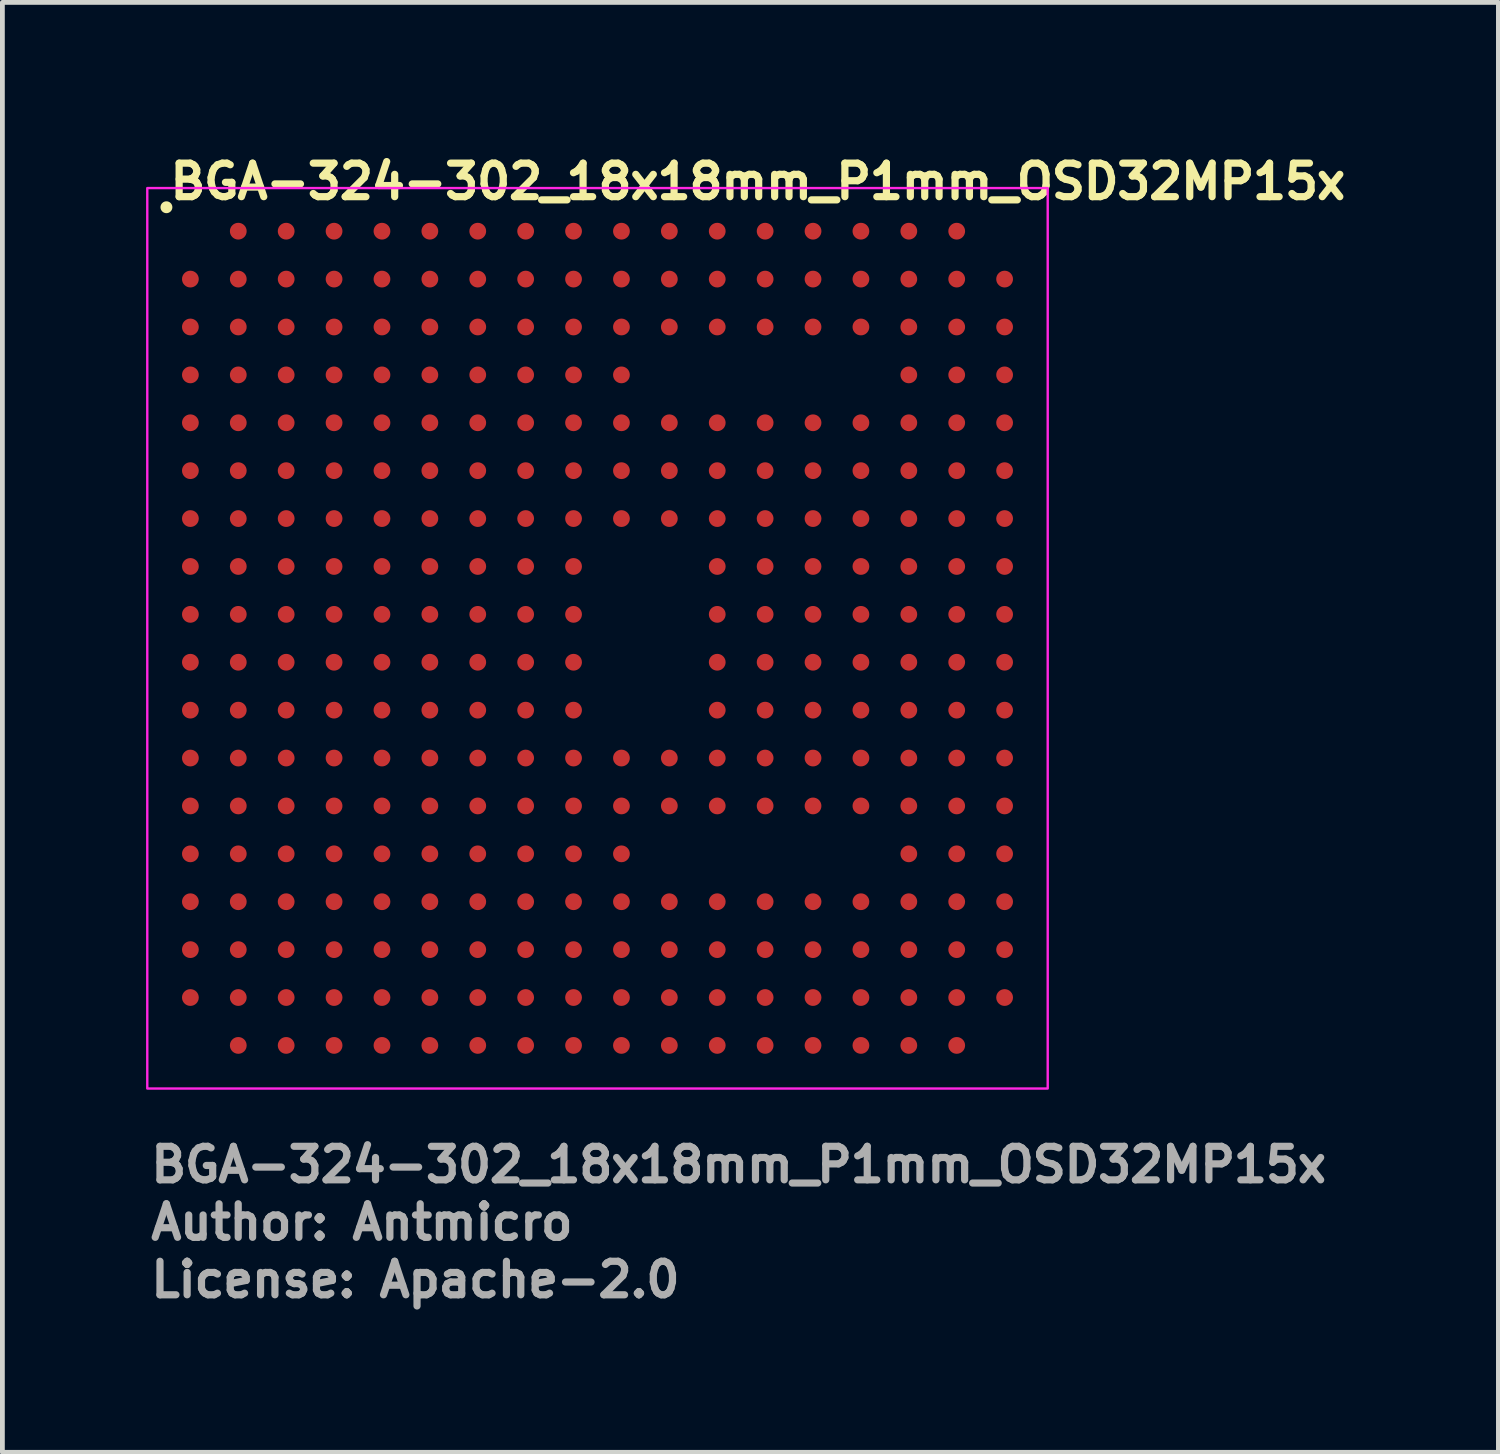
<source format=kicad_pcb>
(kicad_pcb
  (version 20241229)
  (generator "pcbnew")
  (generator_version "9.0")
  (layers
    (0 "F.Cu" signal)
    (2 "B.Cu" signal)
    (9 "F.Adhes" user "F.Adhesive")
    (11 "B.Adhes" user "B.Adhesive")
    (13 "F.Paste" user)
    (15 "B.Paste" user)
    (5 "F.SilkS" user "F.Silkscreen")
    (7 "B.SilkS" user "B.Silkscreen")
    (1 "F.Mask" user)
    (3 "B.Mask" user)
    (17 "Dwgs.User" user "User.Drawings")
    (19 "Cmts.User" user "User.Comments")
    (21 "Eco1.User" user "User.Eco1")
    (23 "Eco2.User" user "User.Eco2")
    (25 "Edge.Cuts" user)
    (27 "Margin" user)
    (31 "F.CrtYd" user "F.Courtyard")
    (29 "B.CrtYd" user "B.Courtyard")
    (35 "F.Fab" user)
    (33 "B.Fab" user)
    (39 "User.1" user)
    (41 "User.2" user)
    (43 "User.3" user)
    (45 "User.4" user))
  (footprint "BGA-324-302_18x18mm_P1mm_OSD32MP15x"
    (layer "F.Cu")
    (at 9.425 10.277)
    (property "Reference" "BGA-324-302_18x18mm_P1mm_OSD32MP15x" (at -9 -9.127 0) (layer "F.SilkS") (effects (font (size 0.7 0.7) (thickness 0.15)) (justify left bottom)))
    (attr smd)
    (fp_circle (center -9 -9) (end -8.951 -9) (stroke (width 0.15) (type solid)) (fill yes) (layer "F.SilkS"))
    (fp_rect (start -9.4 -9.4) (end 9.4 9.4) (stroke (width 0.05) (type solid)) (fill no) (layer "F.CrtYd"))
    (fp_rect (start -9 -9) (end 9 9) (stroke (width 0.1) (type solid)) (fill no) (layer "User.5"))
    (fp_line (start -9 -9) (end -9 9) (stroke (width 0.02) (type solid)) (layer "User.9"))
    (fp_line (start -9 9) (end 9 9) (stroke (width 0.02) (type solid)) (layer "User.9"))
    (fp_line (start 9 -9) (end -9 -9) (stroke (width 0.02) (type solid)) (layer "User.9"))
    (fp_line (start 9 9) (end 9 -9) (stroke (width 0.02) (type solid)) (layer "User.9"))
    (fp_circle (center -8.099 -8.1) (end -7.7 -8.1) (stroke (width 0.02) (type default)) (fill no) (layer "User.9"))
    (fp_text user "License: Apache-2.0" (at -9.4 13.8 0) (layer "F.Fab") (effects (font (size 0.7 0.7) (thickness 0.15)) (justify left bottom)))
    (fp_text user "Author: Antmicro" (at -9.4 12.6 0) (layer "F.Fab") (effects (font (size 0.7 0.7) (thickness 0.15)) (justify left bottom)))
    (fp_text user "${REFERENCE}" (at -9.4 11.4 0) (layer "F.Fab") (effects (font (size 0.7 0.7) (thickness 0.15)) (justify left bottom)))
    (pad "A2" smd circle (at -7.5 -8.5) (size 0.35 0.35) (layers "F.Cu" "F.Mask" "F.Paste"))
    (pad "A3" smd circle (at -6.5 -8.5) (size 0.35 0.35) (layers "F.Cu" "F.Mask" "F.Paste"))
    (pad "A4" smd circle (at -5.5 -8.5) (size 0.35 0.35) (layers "F.Cu" "F.Mask" "F.Paste"))
    (pad "A5" smd circle (at -4.5 -8.5) (size 0.35 0.35) (layers "F.Cu" "F.Mask" "F.Paste"))
    (pad "A6" smd circle (at -3.5 -8.5) (size 0.35 0.35) (layers "F.Cu" "F.Mask" "F.Paste"))
    (pad "A7" smd circle (at -2.5 -8.5) (size 0.35 0.35) (layers "F.Cu" "F.Mask" "F.Paste"))
    (pad "A8" smd circle (at -1.5 -8.5) (size 0.35 0.35) (layers "F.Cu" "F.Mask" "F.Paste"))
    (pad "A9" smd circle (at -0.5 -8.5) (size 0.35 0.35) (layers "F.Cu" "F.Mask" "F.Paste"))
    (pad "A10" smd circle (at 0.5 -8.5) (size 0.35 0.35) (layers "F.Cu" "F.Mask" "F.Paste"))
    (pad "A11" smd circle (at 1.5 -8.5) (size 0.35 0.35) (layers "F.Cu" "F.Mask" "F.Paste"))
    (pad "A12" smd circle (at 2.5 -8.5) (size 0.35 0.35) (layers "F.Cu" "F.Mask" "F.Paste"))
    (pad "A13" smd circle (at 3.5 -8.5) (size 0.35 0.35) (layers "F.Cu" "F.Mask" "F.Paste"))
    (pad "A14" smd circle (at 4.5 -8.5) (size 0.35 0.35) (layers "F.Cu" "F.Mask" "F.Paste"))
    (pad "A15" smd circle (at 5.5 -8.5) (size 0.35 0.35) (layers "F.Cu" "F.Mask" "F.Paste"))
    (pad "A16" smd circle (at 6.5 -8.5) (size 0.35 0.35) (layers "F.Cu" "F.Mask" "F.Paste"))
    (pad "A17" smd circle (at 7.5 -8.5) (size 0.35 0.35) (layers "F.Cu" "F.Mask" "F.Paste"))
    (pad "B1" smd circle (at -8.5 -7.5) (size 0.35 0.35) (layers "F.Cu" "F.Mask" "F.Paste"))
    (pad "B2" smd circle (at -7.5 -7.5) (size 0.35 0.35) (layers "F.Cu" "F.Mask" "F.Paste"))
    (pad "B3" smd circle (at -6.5 -7.5) (size 0.35 0.35) (layers "F.Cu" "F.Mask" "F.Paste"))
    (pad "B4" smd circle (at -5.5 -7.5) (size 0.35 0.35) (layers "F.Cu" "F.Mask" "F.Paste"))
    (pad "B5" smd circle (at -4.5 -7.5) (size 0.35 0.35) (layers "F.Cu" "F.Mask" "F.Paste"))
    (pad "B6" smd circle (at -3.5 -7.5) (size 0.35 0.35) (layers "F.Cu" "F.Mask" "F.Paste"))
    (pad "B7" smd circle (at -2.5 -7.5) (size 0.35 0.35) (layers "F.Cu" "F.Mask" "F.Paste"))
    (pad "B8" smd circle (at -1.5 -7.5) (size 0.35 0.35) (layers "F.Cu" "F.Mask" "F.Paste"))
    (pad "B9" smd circle (at -0.5 -7.5) (size 0.35 0.35) (layers "F.Cu" "F.Mask" "F.Paste"))
    (pad "B10" smd circle (at 0.5 -7.5) (size 0.35 0.35) (layers "F.Cu" "F.Mask" "F.Paste"))
    (pad "B11" smd circle (at 1.5 -7.5) (size 0.35 0.35) (layers "F.Cu" "F.Mask" "F.Paste"))
    (pad "B12" smd circle (at 2.5 -7.5) (size 0.35 0.35) (layers "F.Cu" "F.Mask" "F.Paste"))
    (pad "B13" smd circle (at 3.5 -7.5) (size 0.35 0.35) (layers "F.Cu" "F.Mask" "F.Paste"))
    (pad "B14" smd circle (at 4.5 -7.5) (size 0.35 0.35) (layers "F.Cu" "F.Mask" "F.Paste"))
    (pad "B15" smd circle (at 5.5 -7.5) (size 0.35 0.35) (layers "F.Cu" "F.Mask" "F.Paste"))
    (pad "B16" smd circle (at 6.5 -7.5) (size 0.35 0.35) (layers "F.Cu" "F.Mask" "F.Paste"))
    (pad "B17" smd circle (at 7.5 -7.5) (size 0.35 0.35) (layers "F.Cu" "F.Mask" "F.Paste"))
    (pad "B18" smd circle (at 8.5 -7.5) (size 0.35 0.35) (layers "F.Cu" "F.Mask" "F.Paste"))
    (pad "C1" smd circle (at -8.5 -6.5) (size 0.35 0.35) (layers "F.Cu" "F.Mask" "F.Paste"))
    (pad "C2" smd circle (at -7.5 -6.5) (size 0.35 0.35) (layers "F.Cu" "F.Mask" "F.Paste"))
    (pad "C3" smd circle (at -6.5 -6.5) (size 0.35 0.35) (layers "F.Cu" "F.Mask" "F.Paste"))
    (pad "C4" smd circle (at -5.5 -6.5) (size 0.35 0.35) (layers "F.Cu" "F.Mask" "F.Paste"))
    (pad "C5" smd circle (at -4.5 -6.5) (size 0.35 0.35) (layers "F.Cu" "F.Mask" "F.Paste"))
    (pad "C6" smd circle (at -3.5 -6.5) (size 0.35 0.35) (layers "F.Cu" "F.Mask" "F.Paste"))
    (pad "C7" smd circle (at -2.5 -6.5) (size 0.35 0.35) (layers "F.Cu" "F.Mask" "F.Paste"))
    (pad "C8" smd circle (at -1.5 -6.5) (size 0.35 0.35) (layers "F.Cu" "F.Mask" "F.Paste"))
    (pad "C9" smd circle (at -0.5 -6.5) (size 0.35 0.35) (layers "F.Cu" "F.Mask" "F.Paste"))
    (pad "C10" smd circle (at 0.5 -6.5) (size 0.35 0.35) (layers "F.Cu" "F.Mask" "F.Paste"))
    (pad "C11" smd circle (at 1.5 -6.5) (size 0.35 0.35) (layers "F.Cu" "F.Mask" "F.Paste"))
    (pad "C12" smd circle (at 2.5 -6.5) (size 0.35 0.35) (layers "F.Cu" "F.Mask" "F.Paste"))
    (pad "C13" smd circle (at 3.5 -6.5) (size 0.35 0.35) (layers "F.Cu" "F.Mask" "F.Paste"))
    (pad "C14" smd circle (at 4.5 -6.5) (size 0.35 0.35) (layers "F.Cu" "F.Mask" "F.Paste"))
    (pad "C15" smd circle (at 5.5 -6.5) (size 0.35 0.35) (layers "F.Cu" "F.Mask" "F.Paste"))
    (pad "C16" smd circle (at 6.5 -6.5) (size 0.35 0.35) (layers "F.Cu" "F.Mask" "F.Paste"))
    (pad "C17" smd circle (at 7.5 -6.5) (size 0.35 0.35) (layers "F.Cu" "F.Mask" "F.Paste"))
    (pad "C18" smd circle (at 8.5 -6.5) (size 0.35 0.35) (layers "F.Cu" "F.Mask" "F.Paste"))
    (pad "D1" smd circle (at -8.5 -5.5) (size 0.35 0.35) (layers "F.Cu" "F.Mask" "F.Paste"))
    (pad "D2" smd circle (at -7.5 -5.5) (size 0.35 0.35) (layers "F.Cu" "F.Mask" "F.Paste"))
    (pad "D3" smd circle (at -6.5 -5.5) (size 0.35 0.35) (layers "F.Cu" "F.Mask" "F.Paste"))
    (pad "D4" smd circle (at -5.5 -5.5) (size 0.35 0.35) (layers "F.Cu" "F.Mask" "F.Paste"))
    (pad "D5" smd circle (at -4.5 -5.5) (size 0.35 0.35) (layers "F.Cu" "F.Mask" "F.Paste"))
    (pad "D6" smd circle (at -3.5 -5.5) (size 0.35 0.35) (layers "F.Cu" "F.Mask" "F.Paste"))
    (pad "D7" smd circle (at -2.5 -5.5) (size 0.35 0.35) (layers "F.Cu" "F.Mask" "F.Paste"))
    (pad "D8" smd circle (at -1.5 -5.5) (size 0.35 0.35) (layers "F.Cu" "F.Mask" "F.Paste"))
    (pad "D9" smd circle (at -0.5 -5.5) (size 0.35 0.35) (layers "F.Cu" "F.Mask" "F.Paste"))
    (pad "D10" smd circle (at 0.5 -5.5) (size 0.35 0.35) (layers "F.Cu" "F.Mask" "F.Paste"))
    (pad "D16" smd circle (at 6.5 -5.5) (size 0.35 0.35) (layers "F.Cu" "F.Mask" "F.Paste"))
    (pad "D17" smd circle (at 7.5 -5.5) (size 0.35 0.35) (layers "F.Cu" "F.Mask" "F.Paste"))
    (pad "D18" smd circle (at 8.5 -5.5) (size 0.35 0.35) (layers "F.Cu" "F.Mask" "F.Paste"))
    (pad "E1" smd circle (at -8.5 -4.5) (size 0.35 0.35) (layers "F.Cu" "F.Mask" "F.Paste"))
    (pad "E2" smd circle (at -7.5 -4.5) (size 0.35 0.35) (layers "F.Cu" "F.Mask" "F.Paste"))
    (pad "E3" smd circle (at -6.5 -4.5) (size 0.35 0.35) (layers "F.Cu" "F.Mask" "F.Paste"))
    (pad "E4" smd circle (at -5.5 -4.5) (size 0.35 0.35) (layers "F.Cu" "F.Mask" "F.Paste"))
    (pad "E5" smd circle (at -4.5 -4.5) (size 0.35 0.35) (layers "F.Cu" "F.Mask" "F.Paste"))
    (pad "E6" smd circle (at -3.5 -4.5) (size 0.35 0.35) (layers "F.Cu" "F.Mask" "F.Paste"))
    (pad "E7" smd circle (at -2.5 -4.5) (size 0.35 0.35) (layers "F.Cu" "F.Mask" "F.Paste"))
    (pad "E8" smd circle (at -1.5 -4.5) (size 0.35 0.35) (layers "F.Cu" "F.Mask" "F.Paste"))
    (pad "E9" smd circle (at -0.5 -4.5) (size 0.35 0.35) (layers "F.Cu" "F.Mask" "F.Paste"))
    (pad "E10" smd circle (at 0.5 -4.5) (size 0.35 0.35) (layers "F.Cu" "F.Mask" "F.Paste"))
    (pad "E11" smd circle (at 1.5 -4.5) (size 0.35 0.35) (layers "F.Cu" "F.Mask" "F.Paste"))
    (pad "E12" smd circle (at 2.5 -4.5) (size 0.35 0.35) (layers "F.Cu" "F.Mask" "F.Paste"))
    (pad "E13" smd circle (at 3.5 -4.5) (size 0.35 0.35) (layers "F.Cu" "F.Mask" "F.Paste"))
    (pad "E14" smd circle (at 4.5 -4.5) (size 0.35 0.35) (layers "F.Cu" "F.Mask" "F.Paste"))
    (pad "E15" smd circle (at 5.5 -4.5) (size 0.35 0.35) (layers "F.Cu" "F.Mask" "F.Paste"))
    (pad "E16" smd circle (at 6.5 -4.5) (size 0.35 0.35) (layers "F.Cu" "F.Mask" "F.Paste"))
    (pad "E17" smd circle (at 7.5 -4.5) (size 0.35 0.35) (layers "F.Cu" "F.Mask" "F.Paste"))
    (pad "E18" smd circle (at 8.5 -4.5) (size 0.35 0.35) (layers "F.Cu" "F.Mask" "F.Paste"))
    (pad "F1" smd circle (at -8.5 -3.5) (size 0.35 0.35) (layers "F.Cu" "F.Mask" "F.Paste"))
    (pad "F2" smd circle (at -7.5 -3.5) (size 0.35 0.35) (layers "F.Cu" "F.Mask" "F.Paste"))
    (pad "F3" smd circle (at -6.5 -3.5) (size 0.35 0.35) (layers "F.Cu" "F.Mask" "F.Paste"))
    (pad "F4" smd circle (at -5.5 -3.5) (size 0.35 0.35) (layers "F.Cu" "F.Mask" "F.Paste"))
    (pad "F5" smd circle (at -4.5 -3.5) (size 0.35 0.35) (layers "F.Cu" "F.Mask" "F.Paste"))
    (pad "F6" smd circle (at -3.5 -3.5) (size 0.35 0.35) (layers "F.Cu" "F.Mask" "F.Paste"))
    (pad "F7" smd circle (at -2.5 -3.5) (size 0.35 0.35) (layers "F.Cu" "F.Mask" "F.Paste"))
    (pad "F8" smd circle (at -1.5 -3.5) (size 0.35 0.35) (layers "F.Cu" "F.Mask" "F.Paste"))
    (pad "F9" smd circle (at -0.5 -3.5) (size 0.35 0.35) (layers "F.Cu" "F.Mask" "F.Paste"))
    (pad "F10" smd circle (at 0.5 -3.5) (size 0.35 0.35) (layers "F.Cu" "F.Mask" "F.Paste"))
    (pad "F11" smd circle (at 1.5 -3.5) (size 0.35 0.35) (layers "F.Cu" "F.Mask" "F.Paste"))
    (pad "F12" smd circle (at 2.5 -3.5) (size 0.35 0.35) (layers "F.Cu" "F.Mask" "F.Paste"))
    (pad "F13" smd circle (at 3.5 -3.5) (size 0.35 0.35) (layers "F.Cu" "F.Mask" "F.Paste"))
    (pad "F14" smd circle (at 4.5 -3.5) (size 0.35 0.35) (layers "F.Cu" "F.Mask" "F.Paste"))
    (pad "F15" smd circle (at 5.5 -3.5) (size 0.35 0.35) (layers "F.Cu" "F.Mask" "F.Paste"))
    (pad "F16" smd circle (at 6.5 -3.5) (size 0.35 0.35) (layers "F.Cu" "F.Mask" "F.Paste"))
    (pad "F17" smd circle (at 7.5 -3.5) (size 0.35 0.35) (layers "F.Cu" "F.Mask" "F.Paste"))
    (pad "F18" smd circle (at 8.5 -3.5) (size 0.35 0.35) (layers "F.Cu" "F.Mask" "F.Paste"))
    (pad "G1" smd circle (at -8.5 -2.5) (size 0.35 0.35) (layers "F.Cu" "F.Mask" "F.Paste"))
    (pad "G2" smd circle (at -7.5 -2.5) (size 0.35 0.35) (layers "F.Cu" "F.Mask" "F.Paste"))
    (pad "G3" smd circle (at -6.5 -2.5) (size 0.35 0.35) (layers "F.Cu" "F.Mask" "F.Paste"))
    (pad "G4" smd circle (at -5.5 -2.5) (size 0.35 0.35) (layers "F.Cu" "F.Mask" "F.Paste"))
    (pad "G5" smd circle (at -4.5 -2.5) (size 0.35 0.35) (layers "F.Cu" "F.Mask" "F.Paste"))
    (pad "G6" smd circle (at -3.5 -2.5) (size 0.35 0.35) (layers "F.Cu" "F.Mask" "F.Paste"))
    (pad "G7" smd circle (at -2.5 -2.5) (size 0.35 0.35) (layers "F.Cu" "F.Mask" "F.Paste"))
    (pad "G8" smd circle (at -1.5 -2.5) (size 0.35 0.35) (layers "F.Cu" "F.Mask" "F.Paste"))
    (pad "G9" smd circle (at -0.5 -2.5) (size 0.35 0.35) (layers "F.Cu" "F.Mask" "F.Paste"))
    (pad "G10" smd circle (at 0.5 -2.5) (size 0.35 0.35) (layers "F.Cu" "F.Mask" "F.Paste"))
    (pad "G11" smd circle (at 1.5 -2.5) (size 0.35 0.35) (layers "F.Cu" "F.Mask" "F.Paste"))
    (pad "G12" smd circle (at 2.5 -2.5) (size 0.35 0.35) (layers "F.Cu" "F.Mask" "F.Paste"))
    (pad "G13" smd circle (at 3.5 -2.5) (size 0.35 0.35) (layers "F.Cu" "F.Mask" "F.Paste"))
    (pad "G14" smd circle (at 4.5 -2.5) (size 0.35 0.35) (layers "F.Cu" "F.Mask" "F.Paste"))
    (pad "G15" smd circle (at 5.5 -2.5) (size 0.35 0.35) (layers "F.Cu" "F.Mask" "F.Paste"))
    (pad "G16" smd circle (at 6.5 -2.5) (size 0.35 0.35) (layers "F.Cu" "F.Mask" "F.Paste"))
    (pad "G17" smd circle (at 7.5 -2.5) (size 0.35 0.35) (layers "F.Cu" "F.Mask" "F.Paste"))
    (pad "G18" smd circle (at 8.5 -2.5) (size 0.35 0.35) (layers "F.Cu" "F.Mask" "F.Paste"))
    (pad "H1" smd circle (at -8.5 -1.5) (size 0.35 0.35) (layers "F.Cu" "F.Mask" "F.Paste"))
    (pad "H2" smd circle (at -7.5 -1.5) (size 0.35 0.35) (layers "F.Cu" "F.Mask" "F.Paste"))
    (pad "H3" smd circle (at -6.5 -1.5) (size 0.35 0.35) (layers "F.Cu" "F.Mask" "F.Paste"))
    (pad "H4" smd circle (at -5.5 -1.5) (size 0.35 0.35) (layers "F.Cu" "F.Mask" "F.Paste"))
    (pad "H5" smd circle (at -4.5 -1.5) (size 0.35 0.35) (layers "F.Cu" "F.Mask" "F.Paste"))
    (pad "H6" smd circle (at -3.5 -1.5) (size 0.35 0.35) (layers "F.Cu" "F.Mask" "F.Paste"))
    (pad "H7" smd circle (at -2.5 -1.5) (size 0.35 0.35) (layers "F.Cu" "F.Mask" "F.Paste"))
    (pad "H8" smd circle (at -1.5 -1.5) (size 0.35 0.35) (layers "F.Cu" "F.Mask" "F.Paste"))
    (pad "H9" smd circle (at -0.5 -1.5) (size 0.35 0.35) (layers "F.Cu" "F.Mask" "F.Paste"))
    (pad "H12" smd circle (at 2.5 -1.5) (size 0.35 0.35) (layers "F.Cu" "F.Mask" "F.Paste"))
    (pad "H13" smd circle (at 3.5 -1.5) (size 0.35 0.35) (layers "F.Cu" "F.Mask" "F.Paste"))
    (pad "H14" smd circle (at 4.5 -1.5) (size 0.35 0.35) (layers "F.Cu" "F.Mask" "F.Paste"))
    (pad "H15" smd circle (at 5.5 -1.5) (size 0.35 0.35) (layers "F.Cu" "F.Mask" "F.Paste"))
    (pad "H16" smd circle (at 6.5 -1.5) (size 0.35 0.35) (layers "F.Cu" "F.Mask" "F.Paste"))
    (pad "H17" smd circle (at 7.5 -1.5) (size 0.35 0.35) (layers "F.Cu" "F.Mask" "F.Paste"))
    (pad "H18" smd circle (at 8.5 -1.5) (size 0.35 0.35) (layers "F.Cu" "F.Mask" "F.Paste"))
    (pad "J1" smd circle (at -8.5 -0.5) (size 0.35 0.35) (layers "F.Cu" "F.Mask" "F.Paste"))
    (pad "J2" smd circle (at -7.5 -0.5) (size 0.35 0.35) (layers "F.Cu" "F.Mask" "F.Paste"))
    (pad "J3" smd circle (at -6.5 -0.5) (size 0.35 0.35) (layers "F.Cu" "F.Mask" "F.Paste"))
    (pad "J4" smd circle (at -5.5 -0.5) (size 0.35 0.35) (layers "F.Cu" "F.Mask" "F.Paste"))
    (pad "J5" smd circle (at -4.5 -0.5) (size 0.35 0.35) (layers "F.Cu" "F.Mask" "F.Paste"))
    (pad "J6" smd circle (at -3.5 -0.5) (size 0.35 0.35) (layers "F.Cu" "F.Mask" "F.Paste"))
    (pad "J7" smd circle (at -2.5 -0.5) (size 0.35 0.35) (layers "F.Cu" "F.Mask" "F.Paste"))
    (pad "J8" smd circle (at -1.5 -0.5) (size 0.35 0.35) (layers "F.Cu" "F.Mask" "F.Paste"))
    (pad "J9" smd circle (at -0.5 -0.5) (size 0.35 0.35) (layers "F.Cu" "F.Mask" "F.Paste"))
    (pad "J12" smd circle (at 2.5 -0.5) (size 0.35 0.35) (layers "F.Cu" "F.Mask" "F.Paste"))
    (pad "J13" smd circle (at 3.5 -0.5) (size 0.35 0.35) (layers "F.Cu" "F.Mask" "F.Paste"))
    (pad "J14" smd circle (at 4.5 -0.5) (size 0.35 0.35) (layers "F.Cu" "F.Mask" "F.Paste"))
    (pad "J15" smd circle (at 5.5 -0.5) (size 0.35 0.35) (layers "F.Cu" "F.Mask" "F.Paste"))
    (pad "J16" smd circle (at 6.5 -0.5) (size 0.35 0.35) (layers "F.Cu" "F.Mask" "F.Paste"))
    (pad "J17" smd circle (at 7.5 -0.5) (size 0.35 0.35) (layers "F.Cu" "F.Mask" "F.Paste"))
    (pad "J18" smd circle (at 8.5 -0.5) (size 0.35 0.35) (layers "F.Cu" "F.Mask" "F.Paste"))
    (pad "K1" smd circle (at -8.5 0.5) (size 0.35 0.35) (layers "F.Cu" "F.Mask" "F.Paste"))
    (pad "K2" smd circle (at -7.5 0.5) (size 0.35 0.35) (layers "F.Cu" "F.Mask" "F.Paste"))
    (pad "K3" smd circle (at -6.5 0.5) (size 0.35 0.35) (layers "F.Cu" "F.Mask" "F.Paste"))
    (pad "K4" smd circle (at -5.5 0.5) (size 0.35 0.35) (layers "F.Cu" "F.Mask" "F.Paste"))
    (pad "K5" smd circle (at -4.5 0.5) (size 0.35 0.35) (layers "F.Cu" "F.Mask" "F.Paste"))
    (pad "K6" smd circle (at -3.5 0.5) (size 0.35 0.35) (layers "F.Cu" "F.Mask" "F.Paste"))
    (pad "K7" smd circle (at -2.5 0.5) (size 0.35 0.35) (layers "F.Cu" "F.Mask" "F.Paste"))
    (pad "K8" smd circle (at -1.5 0.5) (size 0.35 0.35) (layers "F.Cu" "F.Mask" "F.Paste"))
    (pad "K9" smd circle (at -0.5 0.5) (size 0.35 0.35) (layers "F.Cu" "F.Mask" "F.Paste"))
    (pad "K12" smd circle (at 2.5 0.5) (size 0.35 0.35) (layers "F.Cu" "F.Mask" "F.Paste"))
    (pad "K13" smd circle (at 3.5 0.5) (size 0.35 0.35) (layers "F.Cu" "F.Mask" "F.Paste"))
    (pad "K14" smd circle (at 4.5 0.5) (size 0.35 0.35) (layers "F.Cu" "F.Mask" "F.Paste"))
    (pad "K15" smd circle (at 5.5 0.5) (size 0.35 0.35) (layers "F.Cu" "F.Mask" "F.Paste"))
    (pad "K16" smd circle (at 6.5 0.5) (size 0.35 0.35) (layers "F.Cu" "F.Mask" "F.Paste"))
    (pad "K17" smd circle (at 7.5 0.5) (size 0.35 0.35) (layers "F.Cu" "F.Mask" "F.Paste"))
    (pad "K18" smd circle (at 8.5 0.5) (size 0.35 0.35) (layers "F.Cu" "F.Mask" "F.Paste"))
    (pad "L1" smd circle (at -8.5 1.5) (size 0.35 0.35) (layers "F.Cu" "F.Mask" "F.Paste"))
    (pad "L2" smd circle (at -7.5 1.5) (size 0.35 0.35) (layers "F.Cu" "F.Mask" "F.Paste"))
    (pad "L3" smd circle (at -6.5 1.5) (size 0.35 0.35) (layers "F.Cu" "F.Mask" "F.Paste"))
    (pad "L4" smd circle (at -5.5 1.5) (size 0.35 0.35) (layers "F.Cu" "F.Mask" "F.Paste"))
    (pad "L5" smd circle (at -4.5 1.5) (size 0.35 0.35) (layers "F.Cu" "F.Mask" "F.Paste"))
    (pad "L6" smd circle (at -3.5 1.5) (size 0.35 0.35) (layers "F.Cu" "F.Mask" "F.Paste"))
    (pad "L7" smd circle (at -2.5 1.5) (size 0.35 0.35) (layers "F.Cu" "F.Mask" "F.Paste"))
    (pad "L8" smd circle (at -1.5 1.5) (size 0.35 0.35) (layers "F.Cu" "F.Mask" "F.Paste"))
    (pad "L9" smd circle (at -0.5 1.5) (size 0.35 0.35) (layers "F.Cu" "F.Mask" "F.Paste"))
    (pad "L12" smd circle (at 2.5 1.5) (size 0.35 0.35) (layers "F.Cu" "F.Mask" "F.Paste"))
    (pad "L13" smd circle (at 3.5 1.5) (size 0.35 0.35) (layers "F.Cu" "F.Mask" "F.Paste"))
    (pad "L14" smd circle (at 4.5 1.5) (size 0.35 0.35) (layers "F.Cu" "F.Mask" "F.Paste"))
    (pad "L15" smd circle (at 5.5 1.5) (size 0.35 0.35) (layers "F.Cu" "F.Mask" "F.Paste"))
    (pad "L16" smd circle (at 6.5 1.5) (size 0.35 0.35) (layers "F.Cu" "F.Mask" "F.Paste"))
    (pad "L17" smd circle (at 7.5 1.5) (size 0.35 0.35) (layers "F.Cu" "F.Mask" "F.Paste"))
    (pad "L18" smd circle (at 8.5 1.5) (size 0.35 0.35) (layers "F.Cu" "F.Mask" "F.Paste"))
    (pad "M1" smd circle (at -8.5 2.5) (size 0.35 0.35) (layers "F.Cu" "F.Mask" "F.Paste"))
    (pad "M2" smd circle (at -7.5 2.5) (size 0.35 0.35) (layers "F.Cu" "F.Mask" "F.Paste"))
    (pad "M3" smd circle (at -6.5 2.5) (size 0.35 0.35) (layers "F.Cu" "F.Mask" "F.Paste"))
    (pad "M4" smd circle (at -5.5 2.5) (size 0.35 0.35) (layers "F.Cu" "F.Mask" "F.Paste"))
    (pad "M5" smd circle (at -4.5 2.5) (size 0.35 0.35) (layers "F.Cu" "F.Mask" "F.Paste"))
    (pad "M6" smd circle (at -3.5 2.5) (size 0.35 0.35) (layers "F.Cu" "F.Mask" "F.Paste"))
    (pad "M7" smd circle (at -2.5 2.5) (size 0.35 0.35) (layers "F.Cu" "F.Mask" "F.Paste"))
    (pad "M8" smd circle (at -1.5 2.5) (size 0.35 0.35) (layers "F.Cu" "F.Mask" "F.Paste"))
    (pad "M9" smd circle (at -0.5 2.5) (size 0.35 0.35) (layers "F.Cu" "F.Mask" "F.Paste"))
    (pad "M10" smd circle (at 0.5 2.5) (size 0.35 0.35) (layers "F.Cu" "F.Mask" "F.Paste"))
    (pad "M11" smd circle (at 1.5 2.5) (size 0.35 0.35) (layers "F.Cu" "F.Mask" "F.Paste"))
    (pad "M12" smd circle (at 2.5 2.5) (size 0.35 0.35) (layers "F.Cu" "F.Mask" "F.Paste"))
    (pad "M13" smd circle (at 3.5 2.5) (size 0.35 0.35) (layers "F.Cu" "F.Mask" "F.Paste"))
    (pad "M14" smd circle (at 4.5 2.5) (size 0.35 0.35) (layers "F.Cu" "F.Mask" "F.Paste"))
    (pad "M15" smd circle (at 5.5 2.5) (size 0.35 0.35) (layers "F.Cu" "F.Mask" "F.Paste"))
    (pad "M16" smd circle (at 6.5 2.5) (size 0.35 0.35) (layers "F.Cu" "F.Mask" "F.Paste"))
    (pad "M17" smd circle (at 7.5 2.5) (size 0.35 0.35) (layers "F.Cu" "F.Mask" "F.Paste"))
    (pad "M18" smd circle (at 8.5 2.5) (size 0.35 0.35) (layers "F.Cu" "F.Mask" "F.Paste"))
    (pad "N1" smd circle (at -8.5 3.5) (size 0.35 0.35) (layers "F.Cu" "F.Mask" "F.Paste"))
    (pad "N2" smd circle (at -7.5 3.5) (size 0.35 0.35) (layers "F.Cu" "F.Mask" "F.Paste"))
    (pad "N3" smd circle (at -6.5 3.5) (size 0.35 0.35) (layers "F.Cu" "F.Mask" "F.Paste"))
    (pad "N4" smd circle (at -5.5 3.5) (size 0.35 0.35) (layers "F.Cu" "F.Mask" "F.Paste"))
    (pad "N5" smd circle (at -4.5 3.5) (size 0.35 0.35) (layers "F.Cu" "F.Mask" "F.Paste"))
    (pad "N6" smd circle (at -3.5 3.5) (size 0.35 0.35) (layers "F.Cu" "F.Mask" "F.Paste"))
    (pad "N7" smd circle (at -2.5 3.5) (size 0.35 0.35) (layers "F.Cu" "F.Mask" "F.Paste"))
    (pad "N8" smd circle (at -1.5 3.5) (size 0.35 0.35) (layers "F.Cu" "F.Mask" "F.Paste"))
    (pad "N9" smd circle (at -0.5 3.5) (size 0.35 0.35) (layers "F.Cu" "F.Mask" "F.Paste"))
    (pad "N10" smd circle (at 0.5 3.5) (size 0.35 0.35) (layers "F.Cu" "F.Mask" "F.Paste"))
    (pad "N11" smd circle (at 1.5 3.5) (size 0.35 0.35) (layers "F.Cu" "F.Mask" "F.Paste"))
    (pad "N12" smd circle (at 2.5 3.5) (size 0.35 0.35) (layers "F.Cu" "F.Mask" "F.Paste"))
    (pad "N13" smd circle (at 3.5 3.5) (size 0.35 0.35) (layers "F.Cu" "F.Mask" "F.Paste"))
    (pad "N14" smd circle (at 4.5 3.5) (size 0.35 0.35) (layers "F.Cu" "F.Mask" "F.Paste"))
    (pad "N15" smd circle (at 5.5 3.5) (size 0.35 0.35) (layers "F.Cu" "F.Mask" "F.Paste"))
    (pad "N16" smd circle (at 6.5 3.5) (size 0.35 0.35) (layers "F.Cu" "F.Mask" "F.Paste"))
    (pad "N17" smd circle (at 7.5 3.5) (size 0.35 0.35) (layers "F.Cu" "F.Mask" "F.Paste"))
    (pad "N18" smd circle (at 8.5 3.5) (size 0.35 0.35) (layers "F.Cu" "F.Mask" "F.Paste"))
    (pad "P1" smd circle (at -8.5 4.5) (size 0.35 0.35) (layers "F.Cu" "F.Mask" "F.Paste"))
    (pad "P2" smd circle (at -7.5 4.5) (size 0.35 0.35) (layers "F.Cu" "F.Mask" "F.Paste"))
    (pad "P3" smd circle (at -6.5 4.5) (size 0.35 0.35) (layers "F.Cu" "F.Mask" "F.Paste"))
    (pad "P4" smd circle (at -5.5 4.5) (size 0.35 0.35) (layers "F.Cu" "F.Mask" "F.Paste"))
    (pad "P5" smd circle (at -4.5 4.5) (size 0.35 0.35) (layers "F.Cu" "F.Mask" "F.Paste"))
    (pad "P6" smd circle (at -3.5 4.5) (size 0.35 0.35) (layers "F.Cu" "F.Mask" "F.Paste"))
    (pad "P7" smd circle (at -2.5 4.5) (size 0.35 0.35) (layers "F.Cu" "F.Mask" "F.Paste"))
    (pad "P8" smd circle (at -1.5 4.5) (size 0.35 0.35) (layers "F.Cu" "F.Mask" "F.Paste"))
    (pad "P9" smd circle (at -0.5 4.5) (size 0.35 0.35) (layers "F.Cu" "F.Mask" "F.Paste"))
    (pad "P10" smd circle (at 0.5 4.5) (size 0.35 0.35) (layers "F.Cu" "F.Mask" "F.Paste"))
    (pad "P16" smd circle (at 6.5 4.5) (size 0.35 0.35) (layers "F.Cu" "F.Mask" "F.Paste"))
    (pad "P17" smd circle (at 7.5 4.5) (size 0.35 0.35) (layers "F.Cu" "F.Mask" "F.Paste"))
    (pad "P18" smd circle (at 8.5 4.5) (size 0.35 0.35) (layers "F.Cu" "F.Mask" "F.Paste"))
    (pad "R1" smd circle (at -8.5 5.5) (size 0.35 0.35) (layers "F.Cu" "F.Mask" "F.Paste"))
    (pad "R2" smd circle (at -7.5 5.5) (size 0.35 0.35) (layers "F.Cu" "F.Mask" "F.Paste"))
    (pad "R3" smd circle (at -6.5 5.5) (size 0.35 0.35) (layers "F.Cu" "F.Mask" "F.Paste"))
    (pad "R4" smd circle (at -5.5 5.5) (size 0.35 0.35) (layers "F.Cu" "F.Mask" "F.Paste"))
    (pad "R5" smd circle (at -4.5 5.5) (size 0.35 0.35) (layers "F.Cu" "F.Mask" "F.Paste"))
    (pad "R6" smd circle (at -3.5 5.5) (size 0.35 0.35) (layers "F.Cu" "F.Mask" "F.Paste"))
    (pad "R7" smd circle (at -2.5 5.5) (size 0.35 0.35) (layers "F.Cu" "F.Mask" "F.Paste"))
    (pad "R8" smd circle (at -1.5 5.5) (size 0.35 0.35) (layers "F.Cu" "F.Mask" "F.Paste"))
    (pad "R9" smd circle (at -0.5 5.5) (size 0.35 0.35) (layers "F.Cu" "F.Mask" "F.Paste"))
    (pad "R10" smd circle (at 0.5 5.5) (size 0.35 0.35) (layers "F.Cu" "F.Mask" "F.Paste"))
    (pad "R11" smd circle (at 1.5 5.5) (size 0.35 0.35) (layers "F.Cu" "F.Mask" "F.Paste"))
    (pad "R12" smd circle (at 2.5 5.5) (size 0.35 0.35) (layers "F.Cu" "F.Mask" "F.Paste"))
    (pad "R13" smd circle (at 3.5 5.5) (size 0.35 0.35) (layers "F.Cu" "F.Mask" "F.Paste"))
    (pad "R14" smd circle (at 4.5 5.5) (size 0.35 0.35) (layers "F.Cu" "F.Mask" "F.Paste"))
    (pad "R15" smd circle (at 5.5 5.5) (size 0.35 0.35) (layers "F.Cu" "F.Mask" "F.Paste"))
    (pad "R16" smd circle (at 6.5 5.5) (size 0.35 0.35) (layers "F.Cu" "F.Mask" "F.Paste"))
    (pad "R17" smd circle (at 7.5 5.5) (size 0.35 0.35) (layers "F.Cu" "F.Mask" "F.Paste"))
    (pad "R18" smd circle (at 8.5 5.5) (size 0.35 0.35) (layers "F.Cu" "F.Mask" "F.Paste"))
    (pad "T1" smd circle (at -8.5 6.5) (size 0.35 0.35) (layers "F.Cu" "F.Mask" "F.Paste"))
    (pad "T2" smd circle (at -7.5 6.5) (size 0.35 0.35) (layers "F.Cu" "F.Mask" "F.Paste"))
    (pad "T3" smd circle (at -6.5 6.5) (size 0.35 0.35) (layers "F.Cu" "F.Mask" "F.Paste"))
    (pad "T4" smd circle (at -5.5 6.5) (size 0.35 0.35) (layers "F.Cu" "F.Mask" "F.Paste"))
    (pad "T5" smd circle (at -4.5 6.5) (size 0.35 0.35) (layers "F.Cu" "F.Mask" "F.Paste"))
    (pad "T6" smd circle (at -3.5 6.5) (size 0.35 0.35) (layers "F.Cu" "F.Mask" "F.Paste"))
    (pad "T7" smd circle (at -2.5 6.5) (size 0.35 0.35) (layers "F.Cu" "F.Mask" "F.Paste"))
    (pad "T8" smd circle (at -1.5 6.5) (size 0.35 0.35) (layers "F.Cu" "F.Mask" "F.Paste"))
    (pad "T9" smd circle (at -0.5 6.5) (size 0.35 0.35) (layers "F.Cu" "F.Mask" "F.Paste"))
    (pad "T10" smd circle (at 0.5 6.5) (size 0.35 0.35) (layers "F.Cu" "F.Mask" "F.Paste"))
    (pad "T11" smd circle (at 1.5 6.5) (size 0.35 0.35) (layers "F.Cu" "F.Mask" "F.Paste"))
    (pad "T12" smd circle (at 2.5 6.5) (size 0.35 0.35) (layers "F.Cu" "F.Mask" "F.Paste"))
    (pad "T13" smd circle (at 3.5 6.5) (size 0.35 0.35) (layers "F.Cu" "F.Mask" "F.Paste"))
    (pad "T14" smd circle (at 4.5 6.5) (size 0.35 0.35) (layers "F.Cu" "F.Mask" "F.Paste"))
    (pad "T15" smd circle (at 5.5 6.5) (size 0.35 0.35) (layers "F.Cu" "F.Mask" "F.Paste"))
    (pad "T16" smd circle (at 6.5 6.5) (size 0.35 0.35) (layers "F.Cu" "F.Mask" "F.Paste"))
    (pad "T17" smd circle (at 7.5 6.5) (size 0.35 0.35) (layers "F.Cu" "F.Mask" "F.Paste"))
    (pad "T18" smd circle (at 8.5 6.5) (size 0.35 0.35) (layers "F.Cu" "F.Mask" "F.Paste"))
    (pad "U1" smd circle (at -8.5 7.5) (size 0.35 0.35) (layers "F.Cu" "F.Mask" "F.Paste"))
    (pad "U2" smd circle (at -7.5 7.5) (size 0.35 0.35) (layers "F.Cu" "F.Mask" "F.Paste"))
    (pad "U3" smd circle (at -6.5 7.5) (size 0.35 0.35) (layers "F.Cu" "F.Mask" "F.Paste"))
    (pad "U4" smd circle (at -5.5 7.5) (size 0.35 0.35) (layers "F.Cu" "F.Mask" "F.Paste"))
    (pad "U5" smd circle (at -4.5 7.5) (size 0.35 0.35) (layers "F.Cu" "F.Mask" "F.Paste"))
    (pad "U6" smd circle (at -3.5 7.5) (size 0.35 0.35) (layers "F.Cu" "F.Mask" "F.Paste"))
    (pad "U7" smd circle (at -2.5 7.5) (size 0.35 0.35) (layers "F.Cu" "F.Mask" "F.Paste"))
    (pad "U8" smd circle (at -1.5 7.5) (size 0.35 0.35) (layers "F.Cu" "F.Mask" "F.Paste"))
    (pad "U9" smd circle (at -0.5 7.5) (size 0.35 0.35) (layers "F.Cu" "F.Mask" "F.Paste"))
    (pad "U10" smd circle (at 0.5 7.5) (size 0.35 0.35) (layers "F.Cu" "F.Mask" "F.Paste"))
    (pad "U11" smd circle (at 1.5 7.5) (size 0.35 0.35) (layers "F.Cu" "F.Mask" "F.Paste"))
    (pad "U12" smd circle (at 2.5 7.5) (size 0.35 0.35) (layers "F.Cu" "F.Mask" "F.Paste"))
    (pad "U13" smd circle (at 3.5 7.5) (size 0.35 0.35) (layers "F.Cu" "F.Mask" "F.Paste"))
    (pad "U14" smd circle (at 4.5 7.5) (size 0.35 0.35) (layers "F.Cu" "F.Mask" "F.Paste"))
    (pad "U15" smd circle (at 5.5 7.5) (size 0.35 0.35) (layers "F.Cu" "F.Mask" "F.Paste"))
    (pad "U16" smd circle (at 6.5 7.5) (size 0.35 0.35) (layers "F.Cu" "F.Mask" "F.Paste"))
    (pad "U17" smd circle (at 7.5 7.5) (size 0.35 0.35) (layers "F.Cu" "F.Mask" "F.Paste"))
    (pad "U18" smd circle (at 8.5 7.5) (size 0.35 0.35) (layers "F.Cu" "F.Mask" "F.Paste"))
    (pad "V2" smd circle (at -7.5 8.5) (size 0.35 0.35) (layers "F.Cu" "F.Mask" "F.Paste"))
    (pad "V3" smd circle (at -6.5 8.5) (size 0.35 0.35) (layers "F.Cu" "F.Mask" "F.Paste"))
    (pad "V4" smd circle (at -5.5 8.5) (size 0.35 0.35) (layers "F.Cu" "F.Mask" "F.Paste"))
    (pad "V5" smd circle (at -4.5 8.5) (size 0.35 0.35) (layers "F.Cu" "F.Mask" "F.Paste"))
    (pad "V6" smd circle (at -3.5 8.5) (size 0.35 0.35) (layers "F.Cu" "F.Mask" "F.Paste"))
    (pad "V7" smd circle (at -2.5 8.5) (size 0.35 0.35) (layers "F.Cu" "F.Mask" "F.Paste"))
    (pad "V8" smd circle (at -1.5 8.5) (size 0.35 0.35) (layers "F.Cu" "F.Mask" "F.Paste"))
    (pad "V9" smd circle (at -0.5 8.5) (size 0.35 0.35) (layers "F.Cu" "F.Mask" "F.Paste"))
    (pad "V10" smd circle (at 0.5 8.5) (size 0.35 0.35) (layers "F.Cu" "F.Mask" "F.Paste"))
    (pad "V11" smd circle (at 1.5 8.5) (size 0.35 0.35) (layers "F.Cu" "F.Mask" "F.Paste"))
    (pad "V12" smd circle (at 2.5 8.5) (size 0.35 0.35) (layers "F.Cu" "F.Mask" "F.Paste"))
    (pad "V13" smd circle (at 3.5 8.5) (size 0.35 0.35) (layers "F.Cu" "F.Mask" "F.Paste"))
    (pad "V14" smd circle (at 4.5 8.5) (size 0.35 0.35) (layers "F.Cu" "F.Mask" "F.Paste"))
    (pad "V15" smd circle (at 5.5 8.5) (size 0.35 0.35) (layers "F.Cu" "F.Mask" "F.Paste"))
    (pad "V16" smd circle (at 6.5 8.5) (size 0.35 0.35) (layers "F.Cu" "F.Mask" "F.Paste"))
    (pad "V17" smd circle (at 7.5 8.5) (size 0.35 0.35) (layers "F.Cu" "F.Mask" "F.Paste")))
  (gr_rect
    (start -3 -3)
    (end 28.235 27.273)
    (stroke (width 0.1) (type default))
    (fill no)
    (layer "Edge.Cuts")))
</source>
